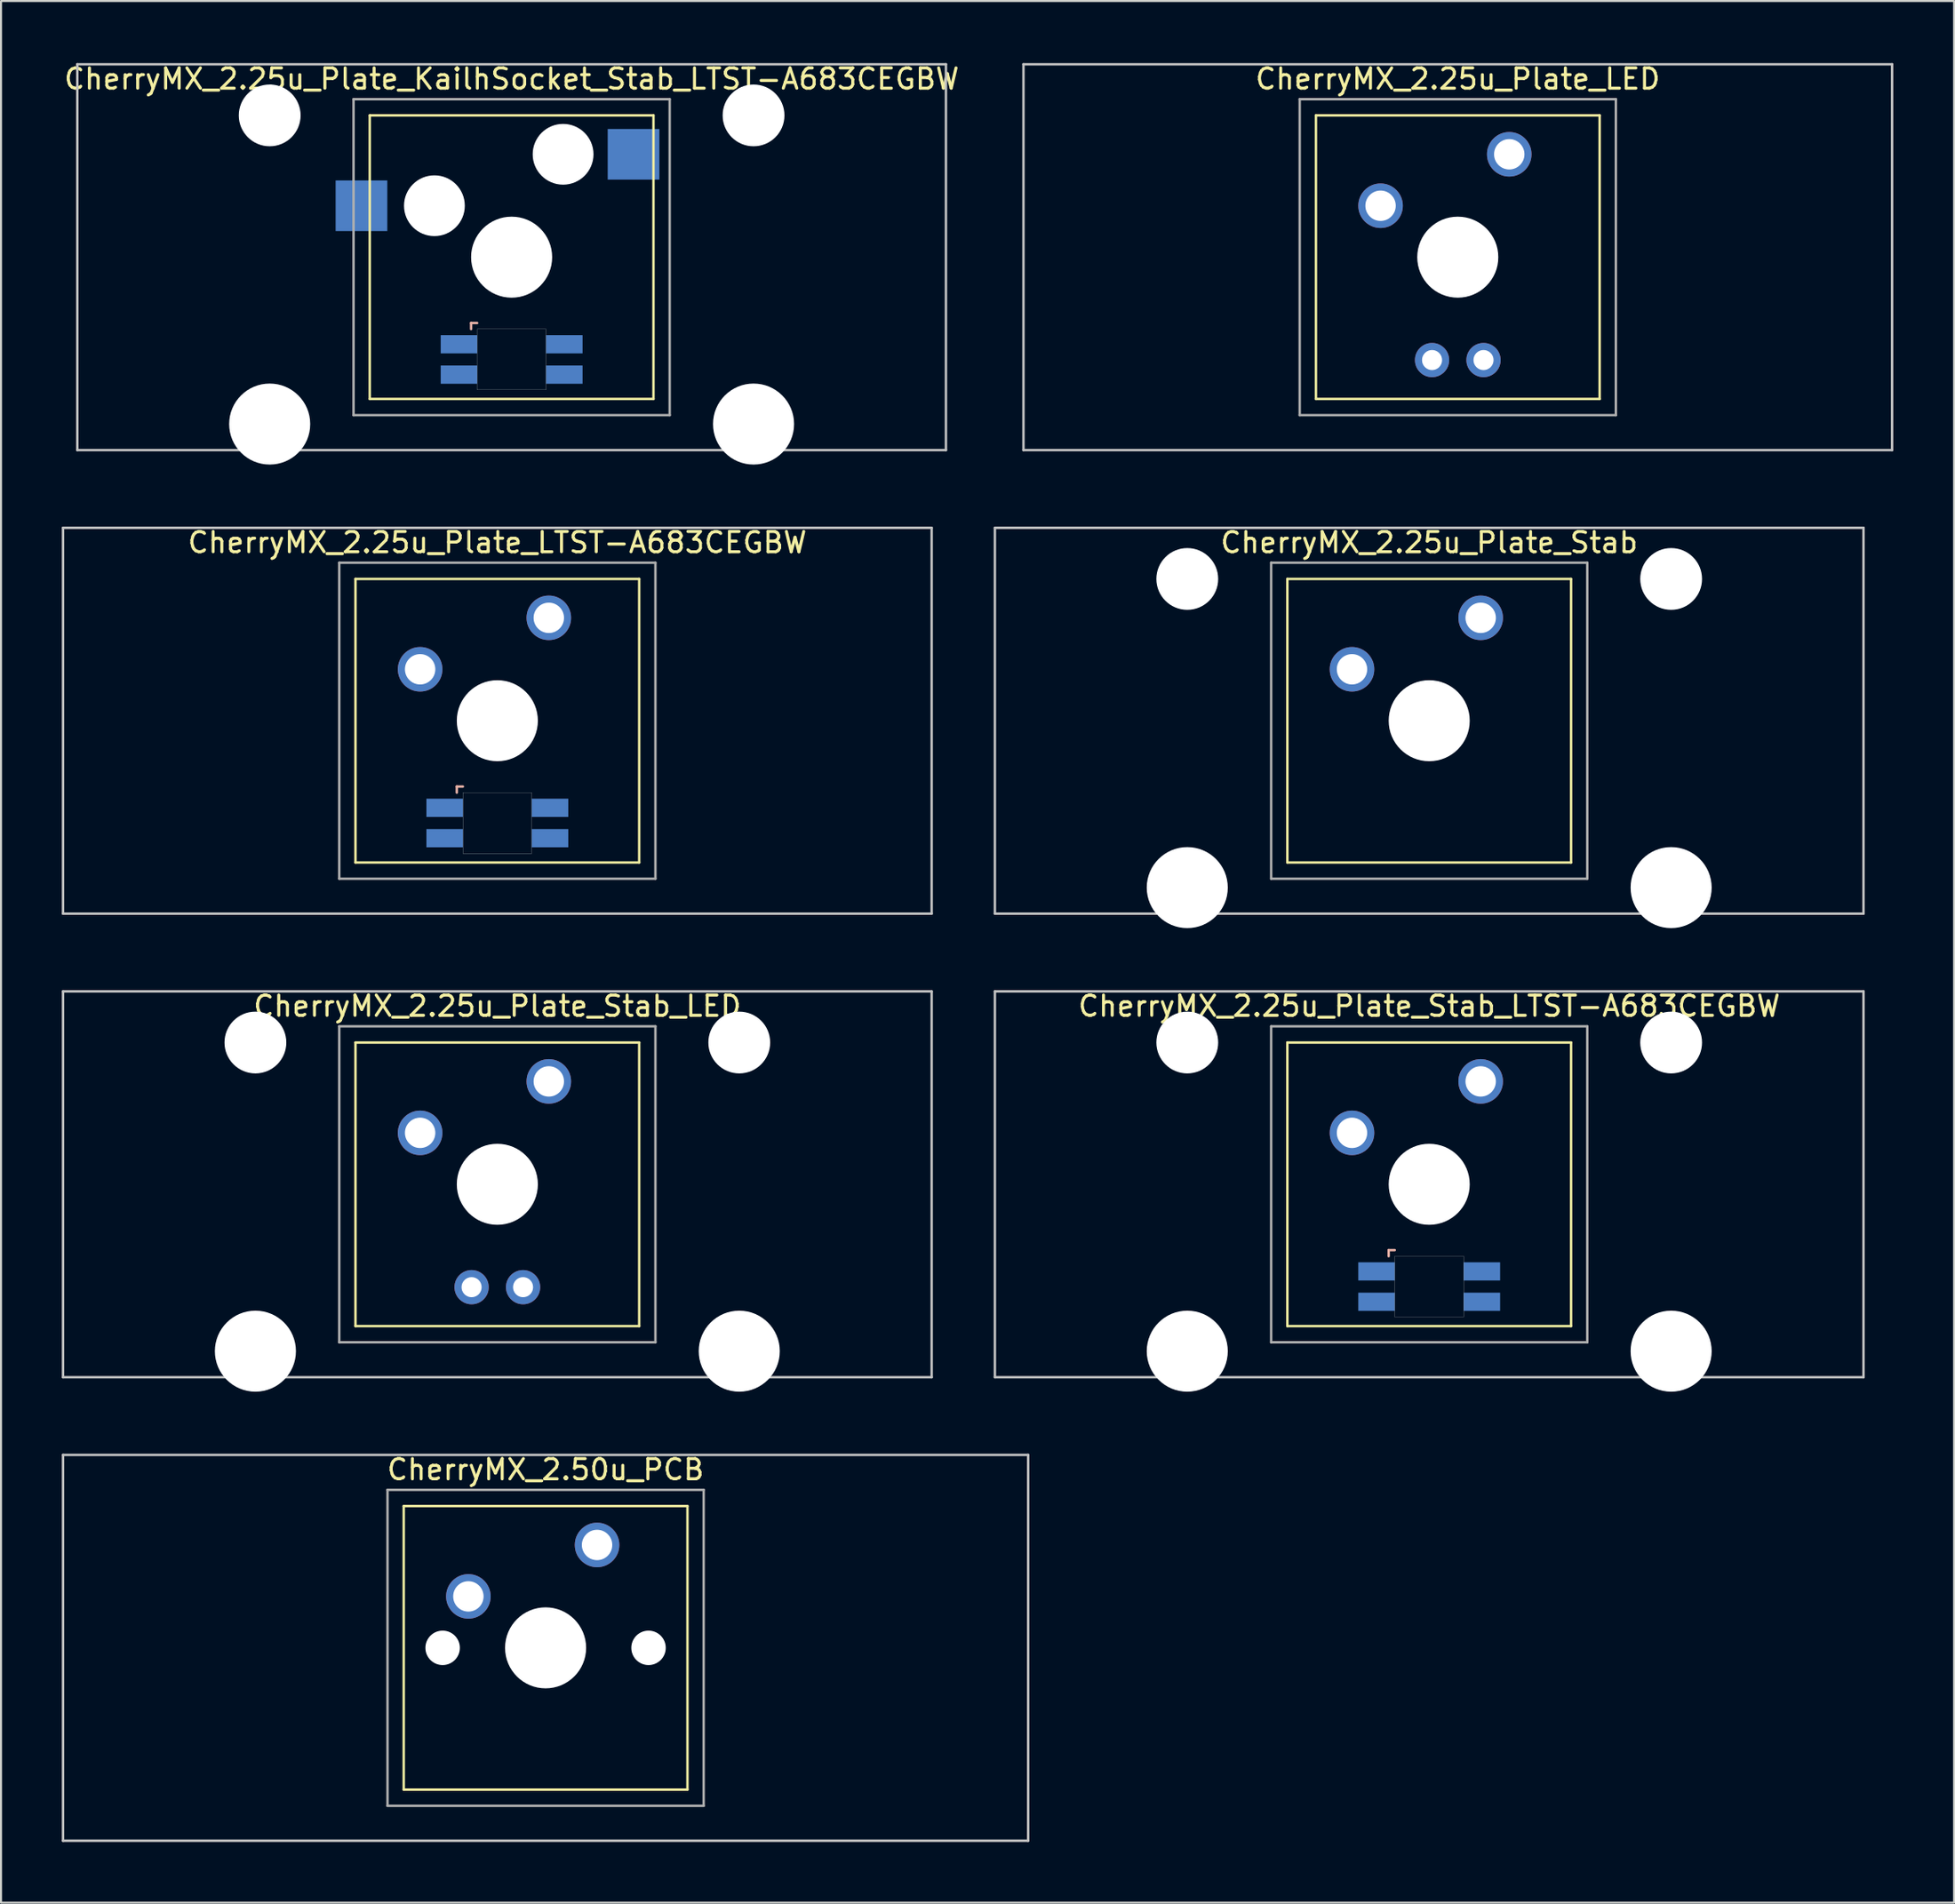
<source format=kicad_pcb>
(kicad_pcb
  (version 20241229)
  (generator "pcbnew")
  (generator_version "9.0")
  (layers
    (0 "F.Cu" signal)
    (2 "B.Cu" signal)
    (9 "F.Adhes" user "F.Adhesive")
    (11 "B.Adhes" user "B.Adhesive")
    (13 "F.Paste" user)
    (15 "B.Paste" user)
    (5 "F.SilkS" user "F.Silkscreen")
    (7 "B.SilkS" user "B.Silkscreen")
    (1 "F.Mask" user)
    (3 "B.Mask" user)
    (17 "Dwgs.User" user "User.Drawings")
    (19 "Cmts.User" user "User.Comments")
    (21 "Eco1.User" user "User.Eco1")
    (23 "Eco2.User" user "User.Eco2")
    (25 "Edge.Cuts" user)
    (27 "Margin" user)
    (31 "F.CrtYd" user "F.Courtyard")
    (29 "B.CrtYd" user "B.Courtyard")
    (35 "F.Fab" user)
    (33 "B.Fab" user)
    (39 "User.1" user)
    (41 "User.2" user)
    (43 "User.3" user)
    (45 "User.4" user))
  (footprint "CherryMX_2.25u_Plate_Stab"
    (layer "F.Cu")
    (at 67.474 32.536)
    (property "Reference" "CherryMX_2.25u_Plate_Stab" (at 0 -8.8 0) (layer "F.SilkS") (effects (font (size 1 1) (thickness 0.15))))
    (attr through_hole)
    (fp_line (start -7 -7) (end -7 7) (stroke (width 0.12) (type solid)) (layer "F.SilkS"))
    (fp_line (start -7 -7) (end 7 -7) (stroke (width 0.12) (type solid)) (layer "F.SilkS"))
    (fp_line (start 7 -7) (end 7 7) (stroke (width 0.12) (type solid)) (layer "F.SilkS"))
    (fp_line (start 7 7) (end -7 7) (stroke (width 0.12) (type solid)) (layer "F.SilkS"))
    (fp_line (start -21.431 -9.525) (end 21.431 -9.525) (stroke (width 0.12) (type solid)) (layer "Dwgs.User"))
    (fp_line (start -21.431 9.525) (end -21.431 -9.525) (stroke (width 0.12) (type solid)) (layer "Dwgs.User"))
    (fp_line (start 21.431 -9.525) (end 21.431 9.525) (stroke (width 0.12) (type solid)) (layer "Dwgs.User"))
    (fp_line (start 21.431 9.525) (end -21.431 9.525) (stroke (width 0.12) (type solid)) (layer "Dwgs.User"))
    (fp_line (start -7.8 -7.8) (end -7.8 7.8) (stroke (width 0.12) (type solid)) (layer "F.Fab"))
    (fp_line (start -7.8 -7.8) (end 7.8 -7.8) (stroke (width 0.12) (type solid)) (layer "F.Fab"))
    (fp_line (start -7.8 7.8) (end 7.8 7.8) (stroke (width 0.12) (type solid)) (layer "F.Fab"))
    (fp_line (start 7.8 -7.8) (end 7.8 7.8) (stroke (width 0.12) (type solid)) (layer "F.Fab"))
    (pad "" np_thru_hole circle (at -11.938 -7) (size 3.05 3.05) (drill 3.05) (layers "*.Cu" "*.Mask"))
    (pad "" np_thru_hole circle (at -11.938 8.24) (size 4 4) (drill 4) (layers "*.Cu" "*.Mask"))
    (pad "" np_thru_hole circle (at 0 0) (size 4 4) (drill 4) (layers "*.Cu" "*.Mask"))
    (pad "" np_thru_hole circle (at 11.938 -7) (size 3.05 3.05) (drill 3.05) (layers "*.Cu" "*.Mask"))
    (pad "" np_thru_hole circle (at 11.938 8.24) (size 4 4) (drill 4) (layers "*.Cu" "*.Mask"))
    (pad "1" thru_hole circle (at -3.81 -2.54) (size 2.2 2.2) (drill 1.5) (layers "*.Cu" "*.Mask"))
    (pad "2" thru_hole circle (at 2.54 -5.08) (size 2.2 2.2) (drill 1.5) (layers "*.Cu" "*.Mask")))
  (footprint "CherryMX_2.25u_Plate_KailhSocket_Stab_LTST-A683CEGBW"
    (layer "F.Cu")
    (at 22.196 9.648)
    (property "Reference" "CherryMX_2.25u_Plate_KailhSocket_Stab_LTST-A683CEGBW" (at 0 -8.8 0) (layer "F.SilkS") (effects (font (size 1 1) (thickness 0.15))))
    (attr through_hole)
    (fp_line (start -7 -7) (end -7 7) (stroke (width 0.12) (type solid)) (layer "F.SilkS"))
    (fp_line (start -7 -7) (end 7 -7) (stroke (width 0.12) (type solid)) (layer "F.SilkS"))
    (fp_line (start 7 -7) (end 7 7) (stroke (width 0.12) (type solid)) (layer "F.SilkS"))
    (fp_line (start 7 7) (end -7 7) (stroke (width 0.12) (type solid)) (layer "F.SilkS"))
    (fp_line (start -2 3.25) (end -2 3.55) (stroke (width 0.12) (type solid)) (layer "B.SilkS"))
    (fp_line (start -1.7 3.25) (end -2 3.25) (stroke (width 0.12) (type solid)) (layer "B.SilkS"))
    (fp_line (start -21.431 -9.525) (end 21.431 -9.525) (stroke (width 0.12) (type solid)) (layer "Dwgs.User"))
    (fp_line (start -21.431 9.525) (end -21.431 -9.525) (stroke (width 0.12) (type solid)) (layer "Dwgs.User"))
    (fp_line (start 21.431 -9.525) (end 21.431 9.525) (stroke (width 0.12) (type solid)) (layer "Dwgs.User"))
    (fp_line (start 21.431 9.525) (end -21.431 9.525) (stroke (width 0.12) (type solid)) (layer "Dwgs.User"))
    (fp_poly (pts (xy 1.7 6.55) (xy -1.7 6.55) (xy -1.7 3.55) (xy 1.7 3.55)) (stroke (width 0.01) (type solid)) (fill no) (layer "Edge.Cuts"))
    (fp_line (start -7.8 -7.8) (end -7.8 7.8) (stroke (width 0.12) (type solid)) (layer "F.Fab"))
    (fp_line (start -7.8 -7.8) (end 7.8 -7.8) (stroke (width 0.12) (type solid)) (layer "F.Fab"))
    (fp_line (start -7.8 7.8) (end 7.8 7.8) (stroke (width 0.12) (type solid)) (layer "F.Fab"))
    (fp_line (start 7.8 -7.8) (end 7.8 7.8) (stroke (width 0.12) (type solid)) (layer "F.Fab"))
    (pad "" np_thru_hole circle (at -11.938 -7) (size 3.05 3.05) (drill 3.05) (layers "*.Cu" "*.Mask"))
    (pad "" np_thru_hole circle (at -11.938 8.24) (size 4 4) (drill 4) (layers "*.Cu" "*.Mask"))
    (pad "" np_thru_hole circle (at -3.81 -2.54) (size 3 3) (drill 3) (layers "*.Cu" "*.Mask"))
    (pad "" np_thru_hole circle (at 0 0) (size 4 4) (drill 4) (layers "*.Cu" "*.Mask"))
    (pad "" np_thru_hole circle (at 2.54 -5.08) (size 3 3) (drill 3) (layers "*.Cu" "*.Mask"))
    (pad "" np_thru_hole circle (at 11.938 -7) (size 3.05 3.05) (drill 3.05) (layers "*.Cu" "*.Mask"))
    (pad "" np_thru_hole circle (at 11.938 8.24) (size 4 4) (drill 4) (layers "*.Cu" "*.Mask"))
    (pad "1" smd rect (at -7.41 -2.54) (size 2.55 2.5) (layers "B.Cu" "B.Mask" "B.Paste"))
    (pad "2" smd rect (at 6.015 -5.08) (size 2.55 2.5) (layers "B.Cu" "B.Mask" "B.Paste"))
    (pad "3" smd rect (at -2.6 4.3) (size 1.8 0.9) (layers "B.Cu" "B.Mask" "B.Paste"))
    (pad "4" smd rect (at -2.6 5.8) (size 1.8 0.9) (layers "B.Cu" "B.Mask" "B.Paste"))
    (pad "5" smd rect (at 2.6 4.3) (size 1.8 0.9) (layers "B.Cu" "B.Mask" "B.Paste"))
    (pad "6" smd rect (at 2.6 5.8) (size 1.8 0.9) (layers "B.Cu" "B.Mask" "B.Paste")))
  (footprint "CherryMX_2.25u_Plate_LED"
    (layer "F.Cu")
    (at 68.884 9.648)
    (property "Reference" "CherryMX_2.25u_Plate_LED" (at 0 -8.8 0) (layer "F.SilkS") (effects (font (size 1 1) (thickness 0.15))))
    (attr through_hole)
    (fp_line (start -7 -7) (end -7 7) (stroke (width 0.12) (type solid)) (layer "F.SilkS"))
    (fp_line (start -7 -7) (end 7 -7) (stroke (width 0.12) (type solid)) (layer "F.SilkS"))
    (fp_line (start 7 -7) (end 7 7) (stroke (width 0.12) (type solid)) (layer "F.SilkS"))
    (fp_line (start 7 7) (end -7 7) (stroke (width 0.12) (type solid)) (layer "F.SilkS"))
    (fp_line (start -21.431 -9.525) (end 21.431 -9.525) (stroke (width 0.12) (type solid)) (layer "Dwgs.User"))
    (fp_line (start -21.431 9.525) (end -21.431 -9.525) (stroke (width 0.12) (type solid)) (layer "Dwgs.User"))
    (fp_line (start 21.431 -9.525) (end 21.431 9.525) (stroke (width 0.12) (type solid)) (layer "Dwgs.User"))
    (fp_line (start 21.431 9.525) (end -21.431 9.525) (stroke (width 0.12) (type solid)) (layer "Dwgs.User"))
    (fp_line (start -7.8 -7.8) (end -7.8 7.8) (stroke (width 0.12) (type solid)) (layer "F.Fab"))
    (fp_line (start -7.8 -7.8) (end 7.8 -7.8) (stroke (width 0.12) (type solid)) (layer "F.Fab"))
    (fp_line (start -7.8 7.8) (end 7.8 7.8) (stroke (width 0.12) (type solid)) (layer "F.Fab"))
    (fp_line (start 7.8 -7.8) (end 7.8 7.8) (stroke (width 0.12) (type solid)) (layer "F.Fab"))
    (pad "" np_thru_hole circle (at 0 0) (size 4 4) (drill 4) (layers "*.Cu" "*.Mask"))
    (pad "1" thru_hole circle (at -3.81 -2.54) (size 2.2 2.2) (drill 1.5) (layers "*.Cu" "*.Mask"))
    (pad "2" thru_hole circle (at 2.54 -5.08) (size 2.2 2.2) (drill 1.5) (layers "*.Cu" "*.Mask"))
    (pad "3" thru_hole circle (at -1.27 5.08) (size 1.691 1.691) (drill 0.991) (layers "*.Cu" "*.Mask"))
    (pad "4" thru_hole circle (at 1.27 5.08) (size 1.691 1.691) (drill 0.991) (layers "*.Cu" "*.Mask")))
  (footprint "CherryMX_2.25u_Plate_LTST-A683CEGBW"
    (layer "F.Cu")
    (at 21.491 32.536)
    (property "Reference" "CherryMX_2.25u_Plate_LTST-A683CEGBW" (at 0 -8.8 0) (layer "F.SilkS") (effects (font (size 1 1) (thickness 0.15))))
    (attr through_hole)
    (fp_line (start -7 -7) (end -7 7) (stroke (width 0.12) (type solid)) (layer "F.SilkS"))
    (fp_line (start -7 -7) (end 7 -7) (stroke (width 0.12) (type solid)) (layer "F.SilkS"))
    (fp_line (start 7 -7) (end 7 7) (stroke (width 0.12) (type solid)) (layer "F.SilkS"))
    (fp_line (start 7 7) (end -7 7) (stroke (width 0.12) (type solid)) (layer "F.SilkS"))
    (fp_line (start -2 3.25) (end -2 3.55) (stroke (width 0.12) (type solid)) (layer "B.SilkS"))
    (fp_line (start -1.7 3.25) (end -2 3.25) (stroke (width 0.12) (type solid)) (layer "B.SilkS"))
    (fp_line (start -21.431 -9.525) (end 21.431 -9.525) (stroke (width 0.12) (type solid)) (layer "Dwgs.User"))
    (fp_line (start -21.431 9.525) (end -21.431 -9.525) (stroke (width 0.12) (type solid)) (layer "Dwgs.User"))
    (fp_line (start 21.431 -9.525) (end 21.431 9.525) (stroke (width 0.12) (type solid)) (layer "Dwgs.User"))
    (fp_line (start 21.431 9.525) (end -21.431 9.525) (stroke (width 0.12) (type solid)) (layer "Dwgs.User"))
    (fp_poly (pts (xy 1.7 6.55) (xy -1.7 6.55) (xy -1.7 3.55) (xy 1.7 3.55)) (stroke (width 0.01) (type solid)) (fill no) (layer "Edge.Cuts"))
    (fp_line (start -7.8 -7.8) (end -7.8 7.8) (stroke (width 0.12) (type solid)) (layer "F.Fab"))
    (fp_line (start -7.8 -7.8) (end 7.8 -7.8) (stroke (width 0.12) (type solid)) (layer "F.Fab"))
    (fp_line (start -7.8 7.8) (end 7.8 7.8) (stroke (width 0.12) (type solid)) (layer "F.Fab"))
    (fp_line (start 7.8 -7.8) (end 7.8 7.8) (stroke (width 0.12) (type solid)) (layer "F.Fab"))
    (pad "" np_thru_hole circle (at 0 0) (size 4 4) (drill 4) (layers "*.Cu" "*.Mask"))
    (pad "1" thru_hole circle (at -3.81 -2.54) (size 2.2 2.2) (drill 1.5) (layers "*.Cu" "*.Mask"))
    (pad "2" thru_hole circle (at 2.54 -5.08) (size 2.2 2.2) (drill 1.5) (layers "*.Cu" "*.Mask"))
    (pad "3" smd rect (at -2.6 4.3) (size 1.8 0.9) (layers "B.Cu" "B.Mask" "B.Paste"))
    (pad "4" smd rect (at -2.6 5.8) (size 1.8 0.9) (layers "B.Cu" "B.Mask" "B.Paste"))
    (pad "5" smd rect (at 2.6 4.3) (size 1.8 0.9) (layers "B.Cu" "B.Mask" "B.Paste"))
    (pad "6" smd rect (at 2.6 5.8) (size 1.8 0.9) (layers "B.Cu" "B.Mask" "B.Paste")))
  (footprint "CherryMX_2.25u_Plate_Stab_LTST-A683CEGBW"
    (layer "F.Cu")
    (at 67.474 55.425)
    (property "Reference" "CherryMX_2.25u_Plate_Stab_LTST-A683CEGBW" (at 0 -8.8 0) (layer "F.SilkS") (effects (font (size 1 1) (thickness 0.15))))
    (attr through_hole)
    (fp_line (start -7 -7) (end -7 7) (stroke (width 0.12) (type solid)) (layer "F.SilkS"))
    (fp_line (start -7 -7) (end 7 -7) (stroke (width 0.12) (type solid)) (layer "F.SilkS"))
    (fp_line (start 7 -7) (end 7 7) (stroke (width 0.12) (type solid)) (layer "F.SilkS"))
    (fp_line (start 7 7) (end -7 7) (stroke (width 0.12) (type solid)) (layer "F.SilkS"))
    (fp_line (start -2 3.25) (end -2 3.55) (stroke (width 0.12) (type solid)) (layer "B.SilkS"))
    (fp_line (start -1.7 3.25) (end -2 3.25) (stroke (width 0.12) (type solid)) (layer "B.SilkS"))
    (fp_line (start -21.431 -9.525) (end 21.431 -9.525) (stroke (width 0.12) (type solid)) (layer "Dwgs.User"))
    (fp_line (start -21.431 9.525) (end -21.431 -9.525) (stroke (width 0.12) (type solid)) (layer "Dwgs.User"))
    (fp_line (start 21.431 -9.525) (end 21.431 9.525) (stroke (width 0.12) (type solid)) (layer "Dwgs.User"))
    (fp_line (start 21.431 9.525) (end -21.431 9.525) (stroke (width 0.12) (type solid)) (layer "Dwgs.User"))
    (fp_poly (pts (xy 1.7 6.55) (xy -1.7 6.55) (xy -1.7 3.55) (xy 1.7 3.55)) (stroke (width 0.01) (type solid)) (fill no) (layer "Edge.Cuts"))
    (fp_line (start -7.8 -7.8) (end -7.8 7.8) (stroke (width 0.12) (type solid)) (layer "F.Fab"))
    (fp_line (start -7.8 -7.8) (end 7.8 -7.8) (stroke (width 0.12) (type solid)) (layer "F.Fab"))
    (fp_line (start -7.8 7.8) (end 7.8 7.8) (stroke (width 0.12) (type solid)) (layer "F.Fab"))
    (fp_line (start 7.8 -7.8) (end 7.8 7.8) (stroke (width 0.12) (type solid)) (layer "F.Fab"))
    (pad "" np_thru_hole circle (at -11.938 -7) (size 3.05 3.05) (drill 3.05) (layers "*.Cu" "*.Mask"))
    (pad "" np_thru_hole circle (at -11.938 8.24) (size 4 4) (drill 4) (layers "*.Cu" "*.Mask"))
    (pad "" np_thru_hole circle (at 0 0) (size 4 4) (drill 4) (layers "*.Cu" "*.Mask"))
    (pad "" np_thru_hole circle (at 11.938 -7) (size 3.05 3.05) (drill 3.05) (layers "*.Cu" "*.Mask"))
    (pad "" np_thru_hole circle (at 11.938 8.24) (size 4 4) (drill 4) (layers "*.Cu" "*.Mask"))
    (pad "1" thru_hole circle (at -3.81 -2.54) (size 2.2 2.2) (drill 1.5) (layers "*.Cu" "*.Mask"))
    (pad "2" thru_hole circle (at 2.54 -5.08) (size 2.2 2.2) (drill 1.5) (layers "*.Cu" "*.Mask"))
    (pad "3" smd rect (at -2.6 4.3) (size 1.8 0.9) (layers "B.Cu" "B.Mask" "B.Paste"))
    (pad "4" smd rect (at -2.6 5.8) (size 1.8 0.9) (layers "B.Cu" "B.Mask" "B.Paste"))
    (pad "5" smd rect (at 2.6 4.3) (size 1.8 0.9) (layers "B.Cu" "B.Mask" "B.Paste"))
    (pad "6" smd rect (at 2.6 5.8) (size 1.8 0.9) (layers "B.Cu" "B.Mask" "B.Paste")))
  (footprint "CherryMX_2.25u_Plate_Stab_LED"
    (layer "F.Cu")
    (at 21.491 55.425)
    (property "Reference" "CherryMX_2.25u_Plate_Stab_LED" (at 0 -8.8 0) (layer "F.SilkS") (effects (font (size 1 1) (thickness 0.15))))
    (attr through_hole)
    (fp_line (start -7 -7) (end -7 7) (stroke (width 0.12) (type solid)) (layer "F.SilkS"))
    (fp_line (start -7 -7) (end 7 -7) (stroke (width 0.12) (type solid)) (layer "F.SilkS"))
    (fp_line (start 7 -7) (end 7 7) (stroke (width 0.12) (type solid)) (layer "F.SilkS"))
    (fp_line (start 7 7) (end -7 7) (stroke (width 0.12) (type solid)) (layer "F.SilkS"))
    (fp_line (start -21.431 -9.525) (end 21.431 -9.525) (stroke (width 0.12) (type solid)) (layer "Dwgs.User"))
    (fp_line (start -21.431 9.525) (end -21.431 -9.525) (stroke (width 0.12) (type solid)) (layer "Dwgs.User"))
    (fp_line (start 21.431 -9.525) (end 21.431 9.525) (stroke (width 0.12) (type solid)) (layer "Dwgs.User"))
    (fp_line (start 21.431 9.525) (end -21.431 9.525) (stroke (width 0.12) (type solid)) (layer "Dwgs.User"))
    (fp_line (start -7.8 -7.8) (end -7.8 7.8) (stroke (width 0.12) (type solid)) (layer "F.Fab"))
    (fp_line (start -7.8 -7.8) (end 7.8 -7.8) (stroke (width 0.12) (type solid)) (layer "F.Fab"))
    (fp_line (start -7.8 7.8) (end 7.8 7.8) (stroke (width 0.12) (type solid)) (layer "F.Fab"))
    (fp_line (start 7.8 -7.8) (end 7.8 7.8) (stroke (width 0.12) (type solid)) (layer "F.Fab"))
    (pad "" np_thru_hole circle (at -11.938 -7) (size 3.05 3.05) (drill 3.05) (layers "*.Cu" "*.Mask"))
    (pad "" np_thru_hole circle (at -11.938 8.24) (size 4 4) (drill 4) (layers "*.Cu" "*.Mask"))
    (pad "" np_thru_hole circle (at 0 0) (size 4 4) (drill 4) (layers "*.Cu" "*.Mask"))
    (pad "" np_thru_hole circle (at 11.938 -7) (size 3.05 3.05) (drill 3.05) (layers "*.Cu" "*.Mask"))
    (pad "" np_thru_hole circle (at 11.938 8.24) (size 4 4) (drill 4) (layers "*.Cu" "*.Mask"))
    (pad "1" thru_hole circle (at -3.81 -2.54) (size 2.2 2.2) (drill 1.5) (layers "*.Cu" "*.Mask"))
    (pad "2" thru_hole circle (at 2.54 -5.08) (size 2.2 2.2) (drill 1.5) (layers "*.Cu" "*.Mask"))
    (pad "3" thru_hole circle (at -1.27 5.08) (size 1.691 1.691) (drill 0.991) (layers "*.Cu" "*.Mask"))
    (pad "4" thru_hole circle (at 1.27 5.08) (size 1.691 1.691) (drill 0.991) (layers "*.Cu" "*.Mask")))
  (footprint "CherryMX_2.50u_PCB"
    (layer "F.Cu")
    (at 23.872 78.313)
    (property "Reference" "CherryMX_2.50u_PCB" (at 0 -8.8 0) (layer "F.SilkS") (effects (font (size 1 1) (thickness 0.15))))
    (attr through_hole)
    (fp_line (start -7 -7) (end -7 7) (stroke (width 0.12) (type solid)) (layer "F.SilkS"))
    (fp_line (start -7 -7) (end 7 -7) (stroke (width 0.12) (type solid)) (layer "F.SilkS"))
    (fp_line (start 7 -7) (end 7 7) (stroke (width 0.12) (type solid)) (layer "F.SilkS"))
    (fp_line (start 7 7) (end -7 7) (stroke (width 0.12) (type solid)) (layer "F.SilkS"))
    (fp_line (start -23.812 -9.525) (end 23.812 -9.525) (stroke (width 0.12) (type solid)) (layer "Dwgs.User"))
    (fp_line (start -23.812 9.525) (end -23.812 -9.525) (stroke (width 0.12) (type solid)) (layer "Dwgs.User"))
    (fp_line (start 23.812 -9.525) (end 23.812 9.525) (stroke (width 0.12) (type solid)) (layer "Dwgs.User"))
    (fp_line (start 23.812 9.525) (end -23.812 9.525) (stroke (width 0.12) (type solid)) (layer "Dwgs.User"))
    (fp_line (start -7.8 -7.8) (end -7.8 7.8) (stroke (width 0.12) (type solid)) (layer "F.Fab"))
    (fp_line (start -7.8 -7.8) (end 7.8 -7.8) (stroke (width 0.12) (type solid)) (layer "F.Fab"))
    (fp_line (start -7.8 7.8) (end 7.8 7.8) (stroke (width 0.12) (type solid)) (layer "F.Fab"))
    (fp_line (start 7.8 -7.8) (end 7.8 7.8) (stroke (width 0.12) (type solid)) (layer "F.Fab"))
    (pad "" np_thru_hole circle (at -5.08 0) (size 1.7 1.7) (drill 1.7) (layers "*.Cu" "*.Mask"))
    (pad "" np_thru_hole circle (at 0 0) (size 4 4) (drill 4) (layers "*.Cu" "*.Mask"))
    (pad "" np_thru_hole circle (at 5.08 0) (size 1.7 1.7) (drill 1.7) (layers "*.Cu" "*.Mask"))
    (pad "1" thru_hole circle (at -3.81 -2.54) (size 2.2 2.2) (drill 1.5) (layers "*.Cu" "*.Mask"))
    (pad "2" thru_hole circle (at 2.54 -5.08) (size 2.2 2.2) (drill 1.5) (layers "*.Cu" "*.Mask")))
  (gr_rect
    (start -3 -3)
    (end 93.375 90.898)
    (stroke (width 0.1) (type default))
    (fill no)
    (layer "Edge.Cuts")))
</source>
